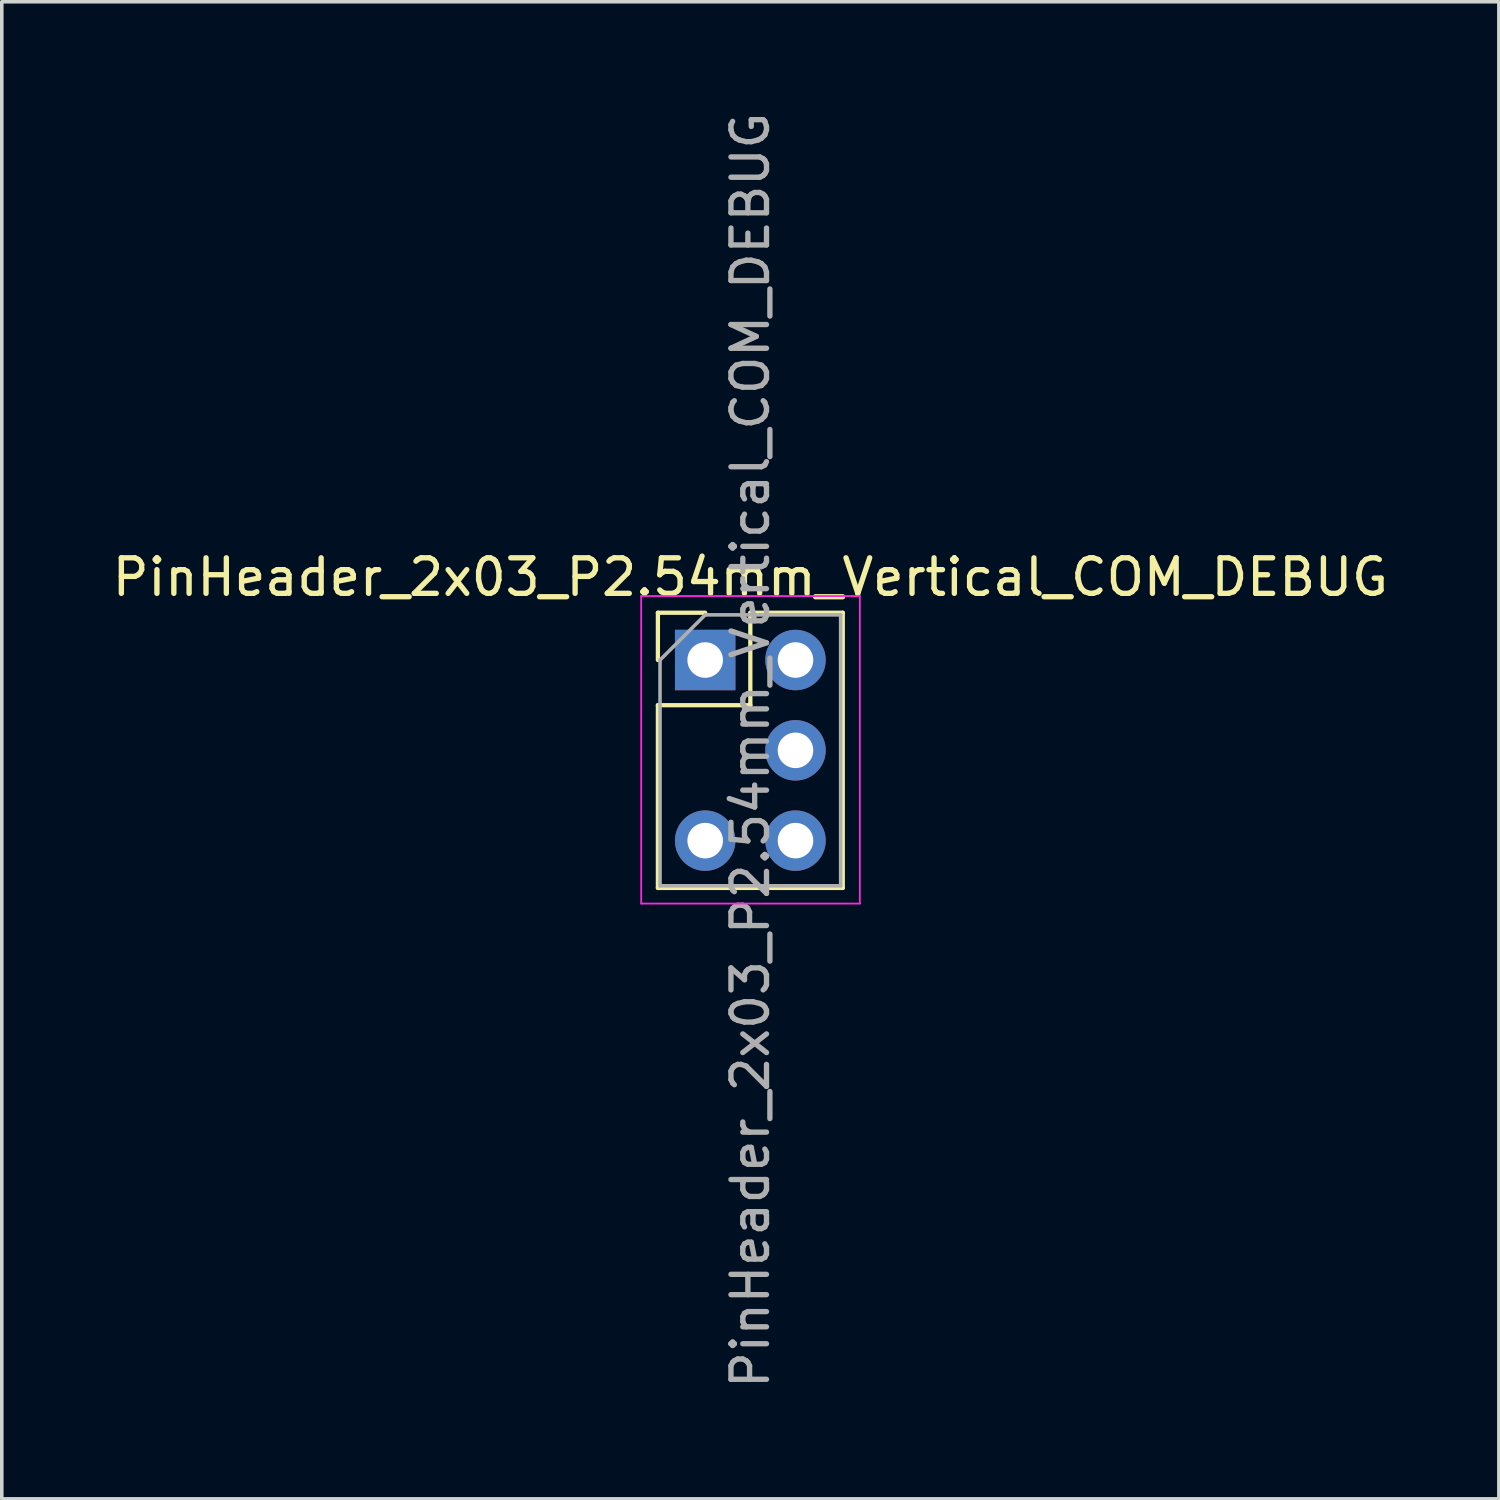
<source format=kicad_pcb>
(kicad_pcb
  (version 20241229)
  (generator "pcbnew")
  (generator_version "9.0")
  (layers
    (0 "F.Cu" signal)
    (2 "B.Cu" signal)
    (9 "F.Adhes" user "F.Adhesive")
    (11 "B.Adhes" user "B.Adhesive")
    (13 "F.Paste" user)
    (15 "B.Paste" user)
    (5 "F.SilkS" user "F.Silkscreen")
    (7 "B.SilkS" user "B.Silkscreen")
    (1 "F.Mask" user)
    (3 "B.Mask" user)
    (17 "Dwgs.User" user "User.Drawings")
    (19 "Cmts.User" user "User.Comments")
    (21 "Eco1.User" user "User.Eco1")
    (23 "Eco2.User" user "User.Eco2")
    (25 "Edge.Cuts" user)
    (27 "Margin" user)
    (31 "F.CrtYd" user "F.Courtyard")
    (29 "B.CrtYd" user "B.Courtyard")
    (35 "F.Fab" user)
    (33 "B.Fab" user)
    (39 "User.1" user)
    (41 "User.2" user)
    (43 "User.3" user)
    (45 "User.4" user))
  (footprint "PinHeader_2x03_P2.54mm_Vertical_COM_DEBUG"
    (layer "F.Cu")
    (at 16.784 15.514)
    (property "Reference" "PinHeader_2x03_P2.54mm_Vertical_COM_DEBUG" (at 1.27 -2.33 0) (layer "F.SilkS") (effects (font (size 1 1) (thickness 0.15))))
    (attr through_hole)
    (fp_line (start -1.33 -1.33) (end 0 -1.33) (stroke (width 0.12) (type solid)) (layer "F.SilkS"))
    (fp_line (start -1.33 0) (end -1.33 -1.33) (stroke (width 0.12) (type solid)) (layer "F.SilkS"))
    (fp_line (start -1.33 1.27) (end -1.33 6.41) (stroke (width 0.12) (type solid)) (layer "F.SilkS"))
    (fp_line (start -1.33 1.27) (end 1.27 1.27) (stroke (width 0.12) (type solid)) (layer "F.SilkS"))
    (fp_line (start -1.33 6.41) (end 3.87 6.41) (stroke (width 0.12) (type solid)) (layer "F.SilkS"))
    (fp_line (start 1.27 -1.33) (end 3.87 -1.33) (stroke (width 0.12) (type solid)) (layer "F.SilkS"))
    (fp_line (start 1.27 1.27) (end 1.27 -1.33) (stroke (width 0.12) (type solid)) (layer "F.SilkS"))
    (fp_line (start 3.87 -1.33) (end 3.87 6.41) (stroke (width 0.12) (type solid)) (layer "F.SilkS"))
    (fp_line (start -1.8 -1.8) (end -1.8 6.85) (stroke (width 0.05) (type solid)) (layer "F.CrtYd"))
    (fp_line (start -1.8 6.85) (end 4.35 6.85) (stroke (width 0.05) (type solid)) (layer "F.CrtYd"))
    (fp_line (start 4.35 -1.8) (end -1.8 -1.8) (stroke (width 0.05) (type solid)) (layer "F.CrtYd"))
    (fp_line (start 4.35 6.85) (end 4.35 -1.8) (stroke (width 0.05) (type solid)) (layer "F.CrtYd"))
    (fp_line (start -1.27 0) (end 0 -1.27) (stroke (width 0.1) (type solid)) (layer "F.Fab"))
    (fp_line (start -1.27 6.35) (end -1.27 0) (stroke (width 0.1) (type solid)) (layer "F.Fab"))
    (fp_line (start 0 -1.27) (end 3.81 -1.27) (stroke (width 0.1) (type solid)) (layer "F.Fab"))
    (fp_line (start 3.81 -1.27) (end 3.81 6.35) (stroke (width 0.1) (type solid)) (layer "F.Fab"))
    (fp_line (start 3.81 6.35) (end -1.27 6.35) (stroke (width 0.1) (type solid)) (layer "F.Fab"))
    (fp_text user "${REFERENCE}" (at 1.27 2.54 90) (layer "F.Fab") (effects (font (size 1 1) (thickness 0.15))))
    (pad "1" thru_hole rect (at 0 0) (size 1.7 1.7) (drill 1) (layers "*.Cu" "*.Mask"))
    (pad "2" thru_hole oval (at 2.54 0) (size 1.7 1.7) (drill 1) (layers "*.Cu" "*.Mask"))
    (pad "4" thru_hole oval (at 2.54 2.54) (size 1.7 1.7) (drill 1) (layers "*.Cu" "*.Mask"))
    (pad "5" thru_hole oval (at 0 5.08) (size 1.7 1.7) (drill 1) (layers "*.Cu" "*.Mask"))
    (pad "6" thru_hole oval (at 2.54 5.08) (size 1.7 1.7) (drill 1) (layers "*.Cu" "*.Mask")))
  (gr_rect
    (start -3 -3)
    (end 39.107 39.107)
    (stroke (width 0.1) (type default))
    (fill no)
    (layer "Edge.Cuts")))
</source>
